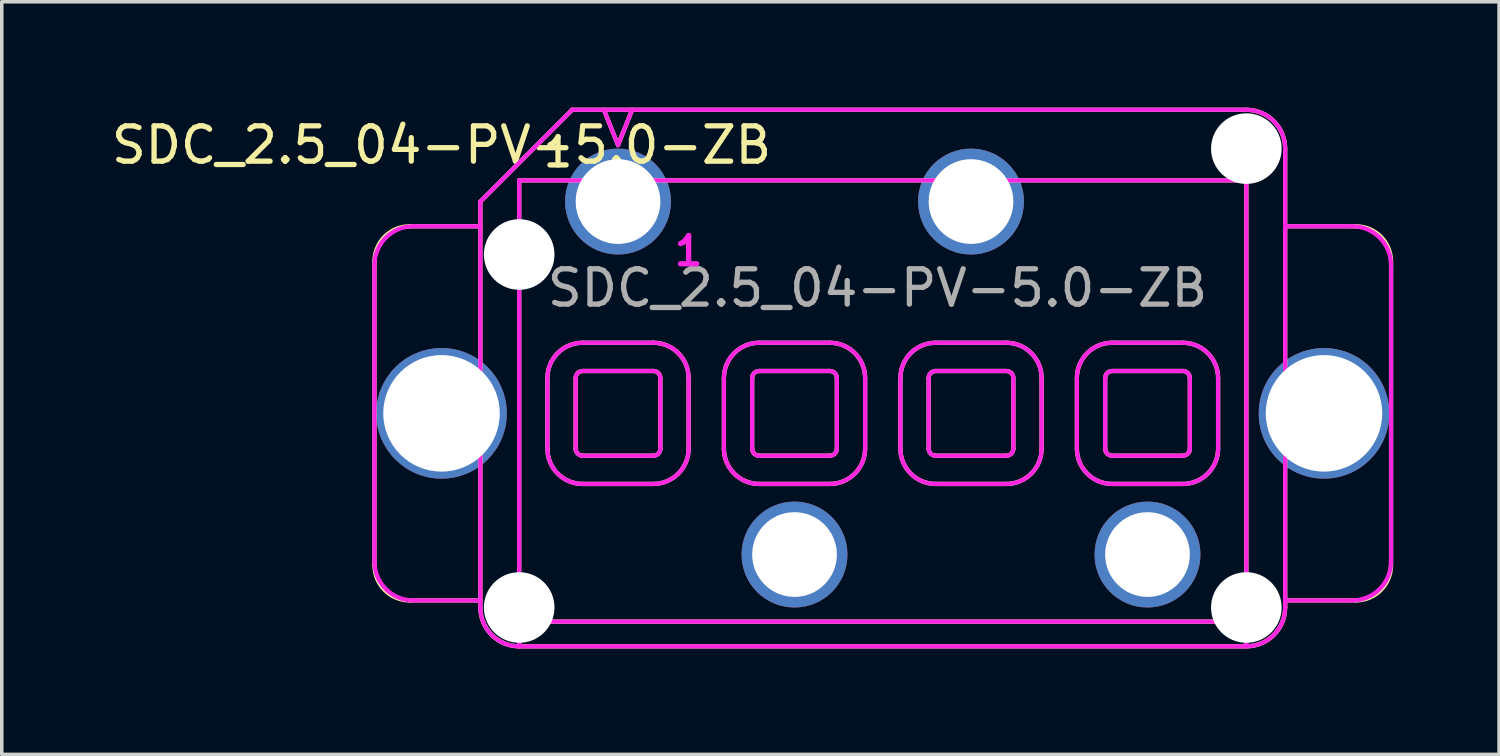
<source format=kicad_pcb>
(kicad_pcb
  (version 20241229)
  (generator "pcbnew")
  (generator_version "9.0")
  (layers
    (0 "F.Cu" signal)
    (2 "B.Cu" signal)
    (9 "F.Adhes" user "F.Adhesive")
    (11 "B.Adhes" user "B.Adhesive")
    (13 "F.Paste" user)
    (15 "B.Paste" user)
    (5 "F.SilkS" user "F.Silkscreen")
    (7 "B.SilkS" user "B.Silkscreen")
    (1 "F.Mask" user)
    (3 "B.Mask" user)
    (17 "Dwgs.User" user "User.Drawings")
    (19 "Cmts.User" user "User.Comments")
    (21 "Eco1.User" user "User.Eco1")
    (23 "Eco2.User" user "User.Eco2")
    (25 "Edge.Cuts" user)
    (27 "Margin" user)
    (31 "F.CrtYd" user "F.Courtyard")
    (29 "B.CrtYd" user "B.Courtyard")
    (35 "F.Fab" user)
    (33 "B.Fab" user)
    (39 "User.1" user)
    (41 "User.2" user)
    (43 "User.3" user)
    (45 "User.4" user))
  (footprint "SDC_2.5_04-PV-5.0-ZB"
    (layer "F.Cu")
    (at 9.458 8.66)
    (property "Reference" "SDC_2.5_04-PV-5.0-ZB" (at 0 -7.6 0) (layer "F.SilkS") (effects (font (size 1 1) (thickness 0.15))))
    (attr through_hole)
    (fp_line (start -1.9 -4.3) (end -1.9 4.3) (stroke (width 0.12) (type solid)) (layer "F.SilkS"))
    (fp_line (start -0.9 5.3) (end 1.1 5.3) (stroke (width 0.12) (type solid)) (layer "F.SilkS"))
    (fp_line (start 1.1 -6) (end 3.7 -8.6) (stroke (width 0.12) (type solid)) (layer "F.SilkS"))
    (fp_line (start 1.1 -5.3) (end -0.9 -5.3) (stroke (width 0.12) (type solid)) (layer "F.SilkS"))
    (fp_line (start 1.1 5.5) (end 1.1 -6) (stroke (width 0.12) (type solid)) (layer "F.SilkS"))
    (fp_line (start 2.2 -6.6) (end 22.8 -6.6) (stroke (width 0.12) (type solid)) (layer "F.SilkS"))
    (fp_line (start 2.2 6.6) (end 2.2 -6.6) (stroke (width 0.12) (type solid)) (layer "F.SilkS"))
    (fp_line (start 3 -1) (end 3 1) (stroke (width 0.12) (type solid)) (layer "F.SilkS"))
    (fp_line (start 3.7 -8.6) (end 22.8 -8.6) (stroke (width 0.12) (type solid)) (layer "F.SilkS"))
    (fp_line (start 3.8 -1) (end 3.8 1) (stroke (width 0.12) (type solid)) (layer "F.SilkS"))
    (fp_line (start 4 1.2) (end 6 1.2) (stroke (width 0.12) (type solid)) (layer "F.SilkS"))
    (fp_line (start 4 2) (end 6 2) (stroke (width 0.12) (type solid)) (layer "F.SilkS"))
    (fp_line (start 4.6 -8.6) (end 5 -7.6) (stroke (width 0.12) (type solid)) (layer "F.SilkS"))
    (fp_line (start 5 -7.6) (end 5.4 -8.6) (stroke (width 0.12) (type solid)) (layer "F.SilkS"))
    (fp_line (start 6 -2) (end 4 -2) (stroke (width 0.12) (type solid)) (layer "F.SilkS"))
    (fp_line (start 6 -1.2) (end 4 -1.2) (stroke (width 0.12) (type solid)) (layer "F.SilkS"))
    (fp_line (start 6.2 1) (end 6.2 -1) (stroke (width 0.12) (type solid)) (layer "F.SilkS"))
    (fp_line (start 7 1) (end 7 -1) (stroke (width 0.12) (type solid)) (layer "F.SilkS"))
    (fp_line (start 8 -1) (end 8 1) (stroke (width 0.12) (type solid)) (layer "F.SilkS"))
    (fp_line (start 8.8 -1) (end 8.8 1) (stroke (width 0.12) (type solid)) (layer "F.SilkS"))
    (fp_line (start 9 1.2) (end 11 1.2) (stroke (width 0.12) (type solid)) (layer "F.SilkS"))
    (fp_line (start 9 2) (end 11 2) (stroke (width 0.12) (type solid)) (layer "F.SilkS"))
    (fp_line (start 11 -2) (end 9 -2) (stroke (width 0.12) (type solid)) (layer "F.SilkS"))
    (fp_line (start 11 -1.2) (end 9 -1.2) (stroke (width 0.12) (type solid)) (layer "F.SilkS"))
    (fp_line (start 11.2 1) (end 11.2 -1) (stroke (width 0.12) (type solid)) (layer "F.SilkS"))
    (fp_line (start 12 1) (end 12 -1) (stroke (width 0.12) (type solid)) (layer "F.SilkS"))
    (fp_line (start 13 -1) (end 13 1) (stroke (width 0.12) (type solid)) (layer "F.SilkS"))
    (fp_line (start 13.8 -1) (end 13.8 1) (stroke (width 0.12) (type solid)) (layer "F.SilkS"))
    (fp_line (start 14 1.2) (end 16 1.2) (stroke (width 0.12) (type solid)) (layer "F.SilkS"))
    (fp_line (start 14 2) (end 16 2) (stroke (width 0.12) (type solid)) (layer "F.SilkS"))
    (fp_line (start 16 -2) (end 14 -2) (stroke (width 0.12) (type solid)) (layer "F.SilkS"))
    (fp_line (start 16 -1.2) (end 14 -1.2) (stroke (width 0.12) (type solid)) (layer "F.SilkS"))
    (fp_line (start 16.2 1) (end 16.2 -1) (stroke (width 0.12) (type solid)) (layer "F.SilkS"))
    (fp_line (start 17 1) (end 17 -1) (stroke (width 0.12) (type solid)) (layer "F.SilkS"))
    (fp_line (start 18 -1) (end 18 1) (stroke (width 0.12) (type solid)) (layer "F.SilkS"))
    (fp_line (start 18.8 -1) (end 18.8 1) (stroke (width 0.12) (type solid)) (layer "F.SilkS"))
    (fp_line (start 19 1.2) (end 21 1.2) (stroke (width 0.12) (type solid)) (layer "F.SilkS"))
    (fp_line (start 19 2) (end 21 2) (stroke (width 0.12) (type solid)) (layer "F.SilkS"))
    (fp_line (start 21 -2) (end 19 -2) (stroke (width 0.12) (type solid)) (layer "F.SilkS"))
    (fp_line (start 21 -1.2) (end 19 -1.2) (stroke (width 0.12) (type solid)) (layer "F.SilkS"))
    (fp_line (start 21.2 1) (end 21.2 -1) (stroke (width 0.12) (type solid)) (layer "F.SilkS"))
    (fp_line (start 22 1) (end 22 -1) (stroke (width 0.12) (type solid)) (layer "F.SilkS"))
    (fp_line (start 22.8 -6.6) (end 22.8 6.5) (stroke (width 0.12) (type solid)) (layer "F.SilkS"))
    (fp_line (start 22.8 5.9) (end 2.2 5.9) (stroke (width 0.12) (type solid)) (layer "F.SilkS"))
    (fp_line (start 22.8 6.6) (end 2.2 6.6) (stroke (width 0.12) (type solid)) (layer "F.SilkS"))
    (fp_line (start 23.9 -7.5) (end 23.9 5.5) (stroke (width 0.12) (type solid)) (layer "F.SilkS"))
    (fp_line (start 23.9 -5.3) (end 25.9 -5.3) (stroke (width 0.12) (type solid)) (layer "F.SilkS"))
    (fp_line (start 23.9 5.3) (end 25.9 5.3) (stroke (width 0.12) (type solid)) (layer "F.SilkS"))
    (fp_line (start 26.9 -4.3) (end 26.9 4.3) (stroke (width 0.12) (type solid)) (layer "F.SilkS"))
    (fp_arc (start -1.9 -4.3) (mid -1.607107 -5.007107) (end -0.9 -5.3) (stroke (width 0.12) (type solid)) (layer "F.SilkS"))
    (fp_arc (start -0.9 5.3) (mid -1.607107 5.007107) (end -1.9 4.3) (stroke (width 0.12) (type solid)) (layer "F.SilkS"))
    (fp_arc (start 2.2 6.6) (mid 1.422183 6.277817) (end 1.1 5.5) (stroke (width 0.12) (type solid)) (layer "F.SilkS"))
    (fp_arc (start 3 -1) (mid 3.292893 -1.707107) (end 4 -2) (stroke (width 0.12) (type solid)) (layer "F.SilkS"))
    (fp_arc (start 3.8 -1) (mid 3.858579 -1.141421) (end 4 -1.2) (stroke (width 0.12) (type solid)) (layer "F.SilkS"))
    (fp_arc (start 4 1.2) (mid 3.858579 1.141421) (end 3.8 1) (stroke (width 0.12) (type solid)) (layer "F.SilkS"))
    (fp_arc (start 4 2) (mid 3.292893 1.707107) (end 3 1) (stroke (width 0.12) (type solid)) (layer "F.SilkS"))
    (fp_arc (start 6 -2) (mid 6.707107 -1.707107) (end 7 -1) (stroke (width 0.12) (type solid)) (layer "F.SilkS"))
    (fp_arc (start 6 -1.2) (mid 6.141421 -1.141421) (end 6.2 -1) (stroke (width 0.12) (type solid)) (layer "F.SilkS"))
    (fp_arc (start 6.2 1) (mid 6.141421 1.141421) (end 6 1.2) (stroke (width 0.12) (type solid)) (layer "F.SilkS"))
    (fp_arc (start 7 1) (mid 6.707107 1.707107) (end 6 2) (stroke (width 0.12) (type solid)) (layer "F.SilkS"))
    (fp_arc (start 8 -1) (mid 8.292893 -1.707107) (end 9 -2) (stroke (width 0.12) (type solid)) (layer "F.SilkS"))
    (fp_arc (start 8.8 -1) (mid 8.858579 -1.141421) (end 9 -1.2) (stroke (width 0.12) (type solid)) (layer "F.SilkS"))
    (fp_arc (start 9 1.2) (mid 8.858579 1.141421) (end 8.8 1) (stroke (width 0.12) (type solid)) (layer "F.SilkS"))
    (fp_arc (start 9 2) (mid 8.292893 1.707107) (end 8 1) (stroke (width 0.12) (type solid)) (layer "F.SilkS"))
    (fp_arc (start 11 -2) (mid 11.707107 -1.707107) (end 12 -1) (stroke (width 0.12) (type solid)) (layer "F.SilkS"))
    (fp_arc (start 11 -1.2) (mid 11.141421 -1.141421) (end 11.2 -1) (stroke (width 0.12) (type solid)) (layer "F.SilkS"))
    (fp_arc (start 11.2 1) (mid 11.141421 1.141421) (end 11 1.2) (stroke (width 0.12) (type solid)) (layer "F.SilkS"))
    (fp_arc (start 12 1) (mid 11.707107 1.707107) (end 11 2) (stroke (width 0.12) (type solid)) (layer "F.SilkS"))
    (fp_arc (start 13 -1) (mid 13.292893 -1.707107) (end 14 -2) (stroke (width 0.12) (type solid)) (layer "F.SilkS"))
    (fp_arc (start 13.8 -1) (mid 13.858579 -1.141421) (end 14 -1.2) (stroke (width 0.12) (type solid)) (layer "F.SilkS"))
    (fp_arc (start 14 1.2) (mid 13.858579 1.141421) (end 13.8 1) (stroke (width 0.12) (type solid)) (layer "F.SilkS"))
    (fp_arc (start 14 2) (mid 13.292893 1.707107) (end 13 1) (stroke (width 0.12) (type solid)) (layer "F.SilkS"))
    (fp_arc (start 16 -2) (mid 16.707107 -1.707107) (end 17 -1) (stroke (width 0.12) (type solid)) (layer "F.SilkS"))
    (fp_arc (start 16 -1.2) (mid 16.141421 -1.141421) (end 16.2 -1) (stroke (width 0.12) (type solid)) (layer "F.SilkS"))
    (fp_arc (start 16.2 1) (mid 16.141421 1.141421) (end 16 1.2) (stroke (width 0.12) (type solid)) (layer "F.SilkS"))
    (fp_arc (start 17 1) (mid 16.707107 1.707107) (end 16 2) (stroke (width 0.12) (type solid)) (layer "F.SilkS"))
    (fp_arc (start 18 -1) (mid 18.292893 -1.707107) (end 19 -2) (stroke (width 0.12) (type solid)) (layer "F.SilkS"))
    (fp_arc (start 18.8 -1) (mid 18.858579 -1.141421) (end 19 -1.2) (stroke (width 0.12) (type solid)) (layer "F.SilkS"))
    (fp_arc (start 19 1.2) (mid 18.858579 1.141421) (end 18.8 1) (stroke (width 0.12) (type solid)) (layer "F.SilkS"))
    (fp_arc (start 19 2) (mid 18.292893 1.707107) (end 18 1) (stroke (width 0.12) (type solid)) (layer "F.SilkS"))
    (fp_arc (start 21 -2) (mid 21.707107 -1.707107) (end 22 -1) (stroke (width 0.12) (type solid)) (layer "F.SilkS"))
    (fp_arc (start 21 -1.2) (mid 21.141421 -1.141421) (end 21.2 -1) (stroke (width 0.12) (type solid)) (layer "F.SilkS"))
    (fp_arc (start 21.2 1) (mid 21.141421 1.141421) (end 21 1.2) (stroke (width 0.12) (type solid)) (layer "F.SilkS"))
    (fp_arc (start 22 1) (mid 21.707107 1.707107) (end 21 2) (stroke (width 0.12) (type solid)) (layer "F.SilkS"))
    (fp_arc (start 22.8 -8.6) (mid 23.577817 -8.277817) (end 23.9 -7.5) (stroke (width 0.12) (type solid)) (layer "F.SilkS"))
    (fp_arc (start 23.9 5.5) (mid 23.577817 6.277817) (end 22.8 6.6) (stroke (width 0.12) (type solid)) (layer "F.SilkS"))
    (fp_arc (start 25.9 -5.3) (mid 26.607107 -5.007107) (end 26.9 -4.3) (stroke (width 0.12) (type solid)) (layer "F.SilkS"))
    (fp_arc (start 26.9 4.3) (mid 26.607107 5.007107) (end 25.9 5.3) (stroke (width 0.12) (type solid)) (layer "F.SilkS"))
    (fp_line (start -1.9 4.2) (end -1.9 -4.2) (stroke (width 0.12) (type solid)) (layer "F.CrtYd"))
    (fp_line (start -0.8 -5.3) (end 1.1 -5.3) (stroke (width 0.12) (type solid)) (layer "F.CrtYd"))
    (fp_line (start -0.8 5.3) (end 1.1 5.3) (stroke (width 0.12) (type solid)) (layer "F.CrtYd"))
    (fp_line (start 1.1 5.5) (end 1.1 -6) (stroke (width 0.12) (type solid)) (layer "F.CrtYd"))
    (fp_line (start 2.2 5.9) (end 22.8 5.9) (stroke (width 0.12) (type solid)) (layer "F.CrtYd"))
    (fp_line (start 2.2 6.6) (end 2.2 -6.6) (stroke (width 0.12) (type solid)) (layer "F.CrtYd"))
    (fp_line (start 2.2 6.6) (end 22.8 6.6) (stroke (width 0.12) (type solid)) (layer "F.CrtYd"))
    (fp_line (start 3 -1) (end 3 1) (stroke (width 0.12) (type solid)) (layer "F.CrtYd"))
    (fp_line (start 3.7 -8.6) (end 1.1 -6) (stroke (width 0.12) (type solid)) (layer "F.CrtYd"))
    (fp_line (start 3.7 -8.6) (end 22.8 -8.6) (stroke (width 0.12) (type solid)) (layer "F.CrtYd"))
    (fp_line (start 3.8 1) (end 3.8 -1) (stroke (width 0.12) (type solid)) (layer "F.CrtYd"))
    (fp_line (start 4 -1.2) (end 6 -1.2) (stroke (width 0.12) (type solid)) (layer "F.CrtYd"))
    (fp_line (start 4 2) (end 6 2) (stroke (width 0.12) (type solid)) (layer "F.CrtYd"))
    (fp_line (start 4.6 -8.6) (end 5 -7.6) (stroke (width 0.12) (type solid)) (layer "F.CrtYd"))
    (fp_line (start 5 -7.6) (end 5.4 -8.6) (stroke (width 0.12) (type solid)) (layer "F.CrtYd"))
    (fp_line (start 6 -2) (end 4 -2) (stroke (width 0.12) (type solid)) (layer "F.CrtYd"))
    (fp_line (start 6 1.2) (end 4 1.2) (stroke (width 0.12) (type solid)) (layer "F.CrtYd"))
    (fp_line (start 6.2 -1) (end 6.2 1) (stroke (width 0.12) (type solid)) (layer "F.CrtYd"))
    (fp_line (start 7 1) (end 7 -1) (stroke (width 0.12) (type solid)) (layer "F.CrtYd"))
    (fp_line (start 8 -1) (end 8 1) (stroke (width 0.12) (type solid)) (layer "F.CrtYd"))
    (fp_line (start 8.8 1) (end 8.8 -1) (stroke (width 0.12) (type solid)) (layer "F.CrtYd"))
    (fp_line (start 9 -1.2) (end 11 -1.2) (stroke (width 0.12) (type solid)) (layer "F.CrtYd"))
    (fp_line (start 9 2) (end 11 2) (stroke (width 0.12) (type solid)) (layer "F.CrtYd"))
    (fp_line (start 11 -2) (end 9 -2) (stroke (width 0.12) (type solid)) (layer "F.CrtYd"))
    (fp_line (start 11 1.2) (end 9 1.2) (stroke (width 0.12) (type solid)) (layer "F.CrtYd"))
    (fp_line (start 11.2 -1) (end 11.2 1) (stroke (width 0.12) (type solid)) (layer "F.CrtYd"))
    (fp_line (start 12 1) (end 12 -1) (stroke (width 0.12) (type solid)) (layer "F.CrtYd"))
    (fp_line (start 13 -1) (end 13 1) (stroke (width 0.12) (type solid)) (layer "F.CrtYd"))
    (fp_line (start 13.8 1) (end 13.8 -1) (stroke (width 0.12) (type solid)) (layer "F.CrtYd"))
    (fp_line (start 14 -1.2) (end 16 -1.2) (stroke (width 0.12) (type solid)) (layer "F.CrtYd"))
    (fp_line (start 14 2) (end 16 2) (stroke (width 0.12) (type solid)) (layer "F.CrtYd"))
    (fp_line (start 16 -2) (end 14 -2) (stroke (width 0.12) (type solid)) (layer "F.CrtYd"))
    (fp_line (start 16 1.2) (end 14 1.2) (stroke (width 0.12) (type solid)) (layer "F.CrtYd"))
    (fp_line (start 16.2 -1) (end 16.2 1) (stroke (width 0.12) (type solid)) (layer "F.CrtYd"))
    (fp_line (start 17 1) (end 17 -1) (stroke (width 0.12) (type solid)) (layer "F.CrtYd"))
    (fp_line (start 18 -1) (end 18 1) (stroke (width 0.12) (type solid)) (layer "F.CrtYd"))
    (fp_line (start 18.8 1) (end 18.8 -1) (stroke (width 0.12) (type solid)) (layer "F.CrtYd"))
    (fp_line (start 19 -1.2) (end 21 -1.2) (stroke (width 0.12) (type solid)) (layer "F.CrtYd"))
    (fp_line (start 19 2) (end 21 2) (stroke (width 0.12) (type solid)) (layer "F.CrtYd"))
    (fp_line (start 21 -2) (end 19 -2) (stroke (width 0.12) (type solid)) (layer "F.CrtYd"))
    (fp_line (start 21 1.2) (end 19 1.2) (stroke (width 0.12) (type solid)) (layer "F.CrtYd"))
    (fp_line (start 21.2 -1) (end 21.2 1) (stroke (width 0.12) (type solid)) (layer "F.CrtYd"))
    (fp_line (start 22 1) (end 22 -1) (stroke (width 0.12) (type solid)) (layer "F.CrtYd"))
    (fp_line (start 22.8 -6.6) (end 2.2 -6.6) (stroke (width 0.12) (type solid)) (layer "F.CrtYd"))
    (fp_line (start 22.8 6.6) (end 22.8 -6.6) (stroke (width 0.12) (type solid)) (layer "F.CrtYd"))
    (fp_line (start 23.9 5.5) (end 23.9 -7.5) (stroke (width 0.12) (type solid)) (layer "F.CrtYd"))
    (fp_line (start 25.8 -5.3) (end 23.9 -5.3) (stroke (width 0.12) (type solid)) (layer "F.CrtYd"))
    (fp_line (start 25.8 5.3) (end 23.9 5.3) (stroke (width 0.12) (type solid)) (layer "F.CrtYd"))
    (fp_line (start 26.9 4.2) (end 26.9 -4.2) (stroke (width 0.12) (type solid)) (layer "F.CrtYd"))
    (fp_arc (start -1.9 -4.2) (mid -1.577817 -4.977817) (end -0.8 -5.3) (stroke (width 0.12) (type solid)) (layer "F.CrtYd"))
    (fp_arc (start -0.8 5.3) (mid -1.577817 4.977817) (end -1.9 4.2) (stroke (width 0.12) (type solid)) (layer "F.CrtYd"))
    (fp_arc (start 2.2 6.6) (mid 1.422183 6.277817) (end 1.1 5.5) (stroke (width 0.12) (type solid)) (layer "F.CrtYd"))
    (fp_arc (start 3 -1) (mid 3.292893 -1.707107) (end 4 -2) (stroke (width 0.12) (type solid)) (layer "F.CrtYd"))
    (fp_arc (start 3.8 -1) (mid 3.858579 -1.141421) (end 4 -1.2) (stroke (width 0.12) (type solid)) (layer "F.CrtYd"))
    (fp_arc (start 4 1.2) (mid 3.858579 1.141421) (end 3.8 1) (stroke (width 0.12) (type solid)) (layer "F.CrtYd"))
    (fp_arc (start 4 2) (mid 3.292893 1.707107) (end 3 1) (stroke (width 0.12) (type solid)) (layer "F.CrtYd"))
    (fp_arc (start 6 -2) (mid 6.707107 -1.707107) (end 7 -1) (stroke (width 0.12) (type solid)) (layer "F.CrtYd"))
    (fp_arc (start 6 -1.2) (mid 6.141421 -1.141421) (end 6.2 -1) (stroke (width 0.12) (type solid)) (layer "F.CrtYd"))
    (fp_arc (start 6.2 1) (mid 6.141421 1.141421) (end 6 1.2) (stroke (width 0.12) (type solid)) (layer "F.CrtYd"))
    (fp_arc (start 7 1) (mid 6.707107 1.707107) (end 6 2) (stroke (width 0.12) (type solid)) (layer "F.CrtYd"))
    (fp_arc (start 8 -1) (mid 8.292893 -1.707107) (end 9 -2) (stroke (width 0.12) (type solid)) (layer "F.CrtYd"))
    (fp_arc (start 8.8 -1) (mid 8.858579 -1.141421) (end 9 -1.2) (stroke (width 0.12) (type solid)) (layer "F.CrtYd"))
    (fp_arc (start 9 1.2) (mid 8.858579 1.141421) (end 8.8 1) (stroke (width 0.12) (type solid)) (layer "F.CrtYd"))
    (fp_arc (start 9 2) (mid 8.292893 1.707107) (end 8 1) (stroke (width 0.12) (type solid)) (layer "F.CrtYd"))
    (fp_arc (start 11 -2) (mid 11.707107 -1.707107) (end 12 -1) (stroke (width 0.12) (type solid)) (layer "F.CrtYd"))
    (fp_arc (start 11 -1.2) (mid 11.141421 -1.141421) (end 11.2 -1) (stroke (width 0.12) (type solid)) (layer "F.CrtYd"))
    (fp_arc (start 11.2 1) (mid 11.141421 1.141421) (end 11 1.2) (stroke (width 0.12) (type solid)) (layer "F.CrtYd"))
    (fp_arc (start 12 1) (mid 11.707107 1.707107) (end 11 2) (stroke (width 0.12) (type solid)) (layer "F.CrtYd"))
    (fp_arc (start 13 -1) (mid 13.292893 -1.707107) (end 14 -2) (stroke (width 0.12) (type solid)) (layer "F.CrtYd"))
    (fp_arc (start 13.8 -1) (mid 13.858579 -1.141421) (end 14 -1.2) (stroke (width 0.12) (type solid)) (layer "F.CrtYd"))
    (fp_arc (start 14 1.2) (mid 13.858579 1.141421) (end 13.8 1) (stroke (width 0.12) (type solid)) (layer "F.CrtYd"))
    (fp_arc (start 14 2) (mid 13.292893 1.707107) (end 13 1) (stroke (width 0.12) (type solid)) (layer "F.CrtYd"))
    (fp_arc (start 16 -2) (mid 16.707107 -1.707107) (end 17 -1) (stroke (width 0.12) (type solid)) (layer "F.CrtYd"))
    (fp_arc (start 16 -1.2) (mid 16.141421 -1.141421) (end 16.2 -1) (stroke (width 0.12) (type solid)) (layer "F.CrtYd"))
    (fp_arc (start 16.2 1) (mid 16.141421 1.141421) (end 16 1.2) (stroke (width 0.12) (type solid)) (layer "F.CrtYd"))
    (fp_arc (start 17 1) (mid 16.707107 1.707107) (end 16 2) (stroke (width 0.12) (type solid)) (layer "F.CrtYd"))
    (fp_arc (start 18 -1) (mid 18.292893 -1.707107) (end 19 -2) (stroke (width 0.12) (type solid)) (layer "F.CrtYd"))
    (fp_arc (start 18.8 -1) (mid 18.858579 -1.141421) (end 19 -1.2) (stroke (width 0.12) (type solid)) (layer "F.CrtYd"))
    (fp_arc (start 19 1.2) (mid 18.858579 1.141421) (end 18.8 1) (stroke (width 0.12) (type solid)) (layer "F.CrtYd"))
    (fp_arc (start 19 2) (mid 18.292893 1.707107) (end 18 1) (stroke (width 0.12) (type solid)) (layer "F.CrtYd"))
    (fp_arc (start 21 -2) (mid 21.707107 -1.707107) (end 22 -1) (stroke (width 0.12) (type solid)) (layer "F.CrtYd"))
    (fp_arc (start 21 -1.2) (mid 21.141421 -1.141421) (end 21.2 -1) (stroke (width 0.12) (type solid)) (layer "F.CrtYd"))
    (fp_arc (start 21.2 1) (mid 21.141421 1.141421) (end 21 1.2) (stroke (width 0.12) (type solid)) (layer "F.CrtYd"))
    (fp_arc (start 22 1) (mid 21.707107 1.707107) (end 21 2) (stroke (width 0.12) (type solid)) (layer "F.CrtYd"))
    (fp_arc (start 22.8 -8.6) (mid 23.577817 -8.277817) (end 23.9 -7.5) (stroke (width 0.12) (type solid)) (layer "F.CrtYd"))
    (fp_arc (start 23.9 5.5) (mid 23.577817 6.277817) (end 22.8 6.6) (stroke (width 0.12) (type solid)) (layer "F.CrtYd"))
    (fp_arc (start 25.8 -5.3) (mid 26.577817 -4.977817) (end 26.9 -4.2) (stroke (width 0.12) (type solid)) (layer "F.CrtYd"))
    (fp_arc (start 26.9 4.2) (mid 26.577817 4.977817) (end 25.8 5.3) (stroke (width 0.12) (type solid)) (layer "F.CrtYd"))
    (fp_text user "1" (at 3.3 -7.4 0) (layer "F.SilkS") (effects (font (size 0.8 0.8) (thickness 0.15))))
    (fp_text user "1" (at 7 -4.6 0) (layer "F.CrtYd") (effects (font (size 0.8 0.8) (thickness 0.15))))
    (fp_text user "${REFERENCE}" (at 12.35 -3.55 0) (layer "F.Fab") (effects (font (size 1 1) (thickness 0.15))))
    (pad "" thru_hole circle (at 0 0) (size 3.7 3.7) (drill 3.3) (layers "*.Cu" "*.Mask"))
    (pad "" np_thru_hole circle (at 2.2 -4.5) (size 2 2) (drill 2) (layers "*.Cu" "*.Mask"))
    (pad "" np_thru_hole circle (at 2.2 5.5) (size 2 2) (drill 2) (layers "*.Cu" "*.Mask"))
    (pad "" np_thru_hole circle (at 22.8 -7.5) (size 2 2) (drill 2) (layers "*.Cu" "*.Mask"))
    (pad "" np_thru_hole circle (at 22.8 5.5) (size 2 2) (drill 2) (layers "*.Cu" "*.Mask"))
    (pad "" thru_hole circle (at 25 0) (size 3.7 3.7) (drill 3.3) (layers "*.Cu" "*.Mask"))
    (pad "1" thru_hole circle (at 5 -6) (size 3 3) (drill 2.4) (layers "*.Cu" "*.Mask"))
    (pad "2" thru_hole circle (at 10 4) (size 3 3) (drill 2.4) (layers "*.Cu" "*.Mask"))
    (pad "3" thru_hole circle (at 15 -6) (size 3 3) (drill 2.4) (layers "*.Cu" "*.Mask"))
    (pad "4" thru_hole circle (at 20 4) (size 3 3) (drill 2.4) (layers "*.Cu" "*.Mask")))
  (gr_rect
    (start -3 -3)
    (end 39.418 18.32)
    (stroke (width 0.1) (type default))
    (fill no)
    (layer "Edge.Cuts")))
</source>
